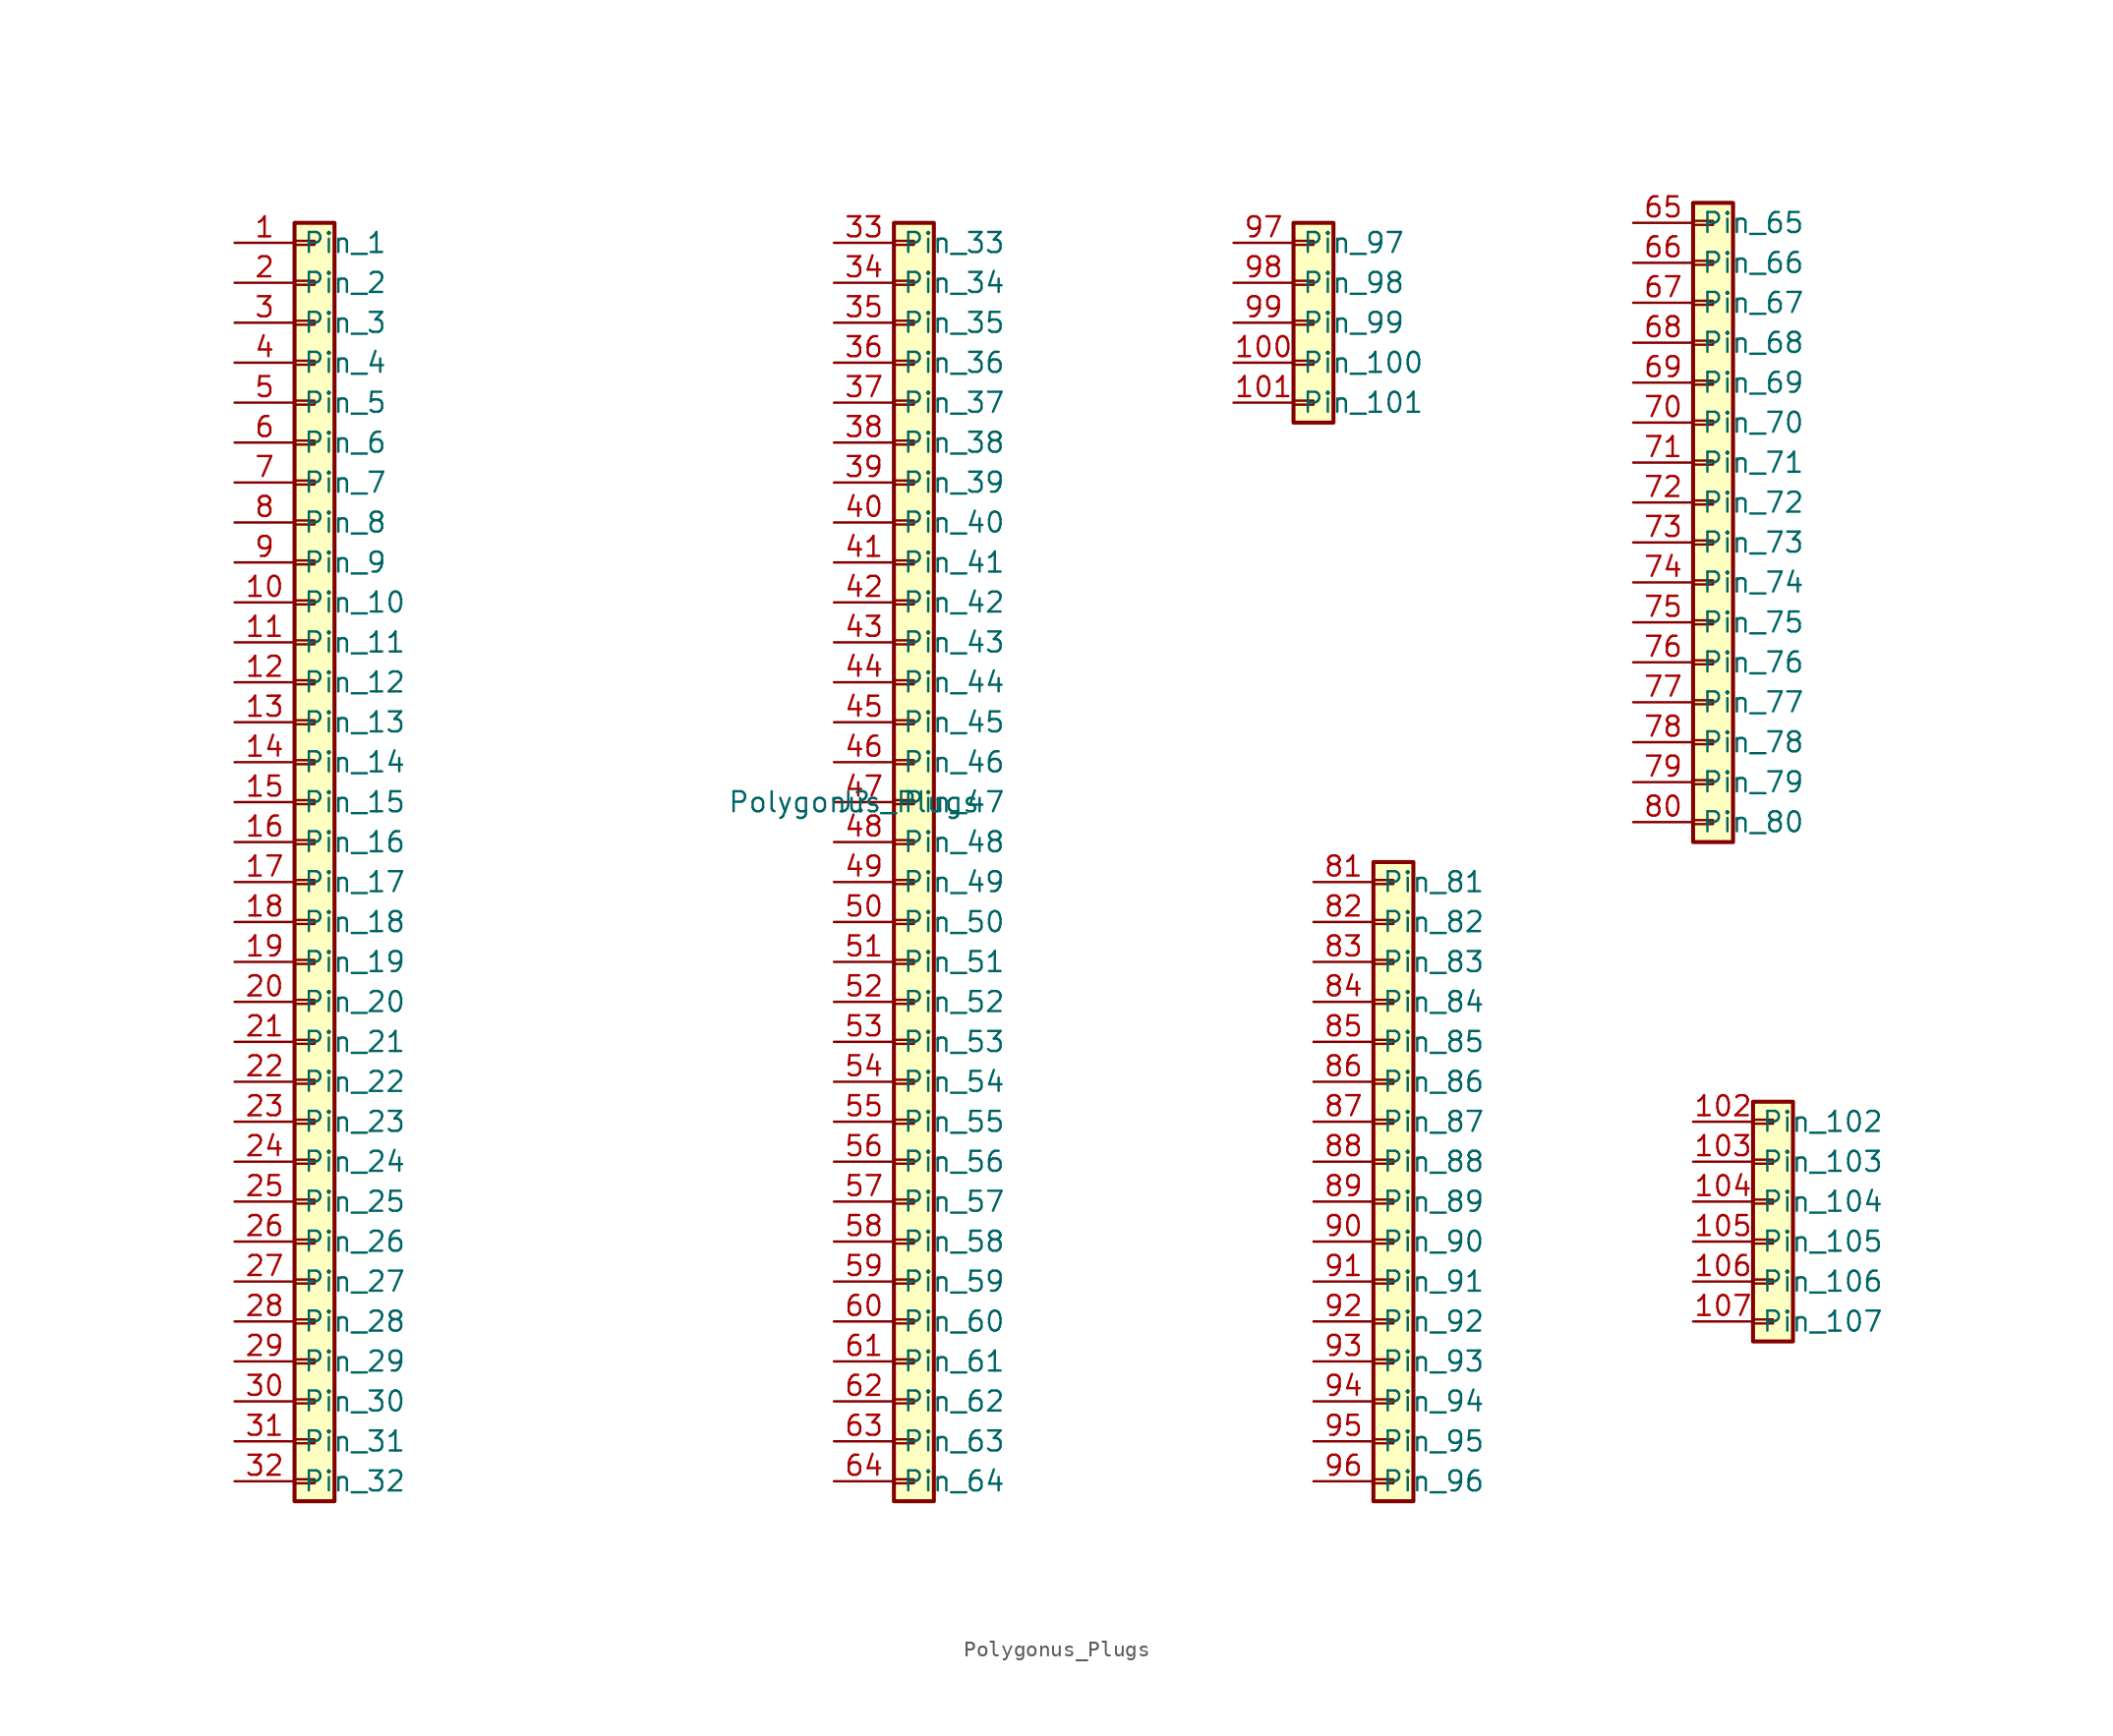
<source format=kicad_sym>
(kicad_symbol_lib
  (version 20211014)
  (generator kicad_symbol_editor)
  (symbol "Polygonus_Plugs"
    (property "Reference" "J"
      (at 0 0 0)
      (effects (font (size 1.27 1.27))))
    (property "Value" "Polygonus_Plugs"
      (at 0 0 0)
      (effects (font (size 1.27 1.27))))
    (symbol "Polygonus_Plugs_1_1"
      (rectangle (start -35.56 -43.053) (end -34.29 -43.307) (stroke (width 0.152) (type default) (color 0 0 0 0)) (fill (type none)))
      (rectangle (start -35.56 -40.513) (end -34.29 -40.767) (stroke (width 0.152) (type default) (color 0 0 0 0)) (fill (type none)))
      (rectangle (start -35.56 -37.973) (end -34.29 -38.227) (stroke (width 0.152) (type default) (color 0 0 0 0)) (fill (type none)))
      (rectangle (start -35.56 -35.433) (end -34.29 -35.687) (stroke (width 0.152) (type default) (color 0 0 0 0)) (fill (type none)))
      (rectangle (start -35.56 -32.893) (end -34.29 -33.147) (stroke (width 0.152) (type default) (color 0 0 0 0)) (fill (type none)))
      (rectangle (start -35.56 -30.353) (end -34.29 -30.607) (stroke (width 0.152) (type default) (color 0 0 0 0)) (fill (type none)))
      (rectangle (start -35.56 -27.813) (end -34.29 -28.067) (stroke (width 0.152) (type default) (color 0 0 0 0)) (fill (type none)))
      (rectangle (start -35.56 -25.273) (end -34.29 -25.527) (stroke (width 0.152) (type default) (color 0 0 0 0)) (fill (type none)))
      (rectangle (start -35.56 -22.733) (end -34.29 -22.987) (stroke (width 0.152) (type default) (color 0 0 0 0)) (fill (type none)))
      (rectangle (start -35.56 -20.193) (end -34.29 -20.447) (stroke (width 0.152) (type default) (color 0 0 0 0)) (fill (type none)))
      (rectangle (start -35.56 -17.653) (end -34.29 -17.907) (stroke (width 0.152) (type default) (color 0 0 0 0)) (fill (type none)))
      (rectangle (start -35.56 -15.113) (end -34.29 -15.367) (stroke (width 0.152) (type default) (color 0 0 0 0)) (fill (type none)))
      (rectangle (start -35.56 -12.573) (end -34.29 -12.827) (stroke (width 0.152) (type default) (color 0 0 0 0)) (fill (type none)))
      (rectangle (start -35.56 -10.033) (end -34.29 -10.287) (stroke (width 0.152) (type default) (color 0 0 0 0)) (fill (type none)))
      (rectangle (start -35.56 -7.493) (end -34.29 -7.747) (stroke (width 0.152) (type default) (color 0 0 0 0)) (fill (type none)))
      (rectangle (start -35.56 -4.953) (end -34.29 -5.207) (stroke (width 0.152) (type default) (color 0 0 0 0)) (fill (type none)))
      (rectangle (start -35.56 -2.413) (end -34.29 -2.667) (stroke (width 0.152) (type default) (color 0 0 0 0)) (fill (type none)))
      (rectangle (start -35.56 0.127) (end -34.29 -0.127) (stroke (width 0.152) (type default) (color 0 0 0 0)) (fill (type none)))
      (rectangle (start -35.56 2.667) (end -34.29 2.413) (stroke (width 0.152) (type default) (color 0 0 0 0)) (fill (type none)))
      (rectangle (start -35.56 5.207) (end -34.29 4.953) (stroke (width 0.152) (type default) (color 0 0 0 0)) (fill (type none)))
      (rectangle (start -35.56 7.747) (end -34.29 7.493) (stroke (width 0.152) (type default) (color 0 0 0 0)) (fill (type none)))
      (rectangle (start -35.56 10.287) (end -34.29 10.033) (stroke (width 0.152) (type default) (color 0 0 0 0)) (fill (type none)))
      (rectangle (start -35.56 12.827) (end -34.29 12.573) (stroke (width 0.152) (type default) (color 0 0 0 0)) (fill (type none)))
      (rectangle (start -35.56 15.367) (end -34.29 15.113) (stroke (width 0.152) (type default) (color 0 0 0 0)) (fill (type none)))
      (rectangle (start -35.56 17.907) (end -34.29 17.653) (stroke (width 0.152) (type default) (color 0 0 0 0)) (fill (type none)))
      (rectangle (start -35.56 20.447) (end -34.29 20.193) (stroke (width 0.152) (type default) (color 0 0 0 0)) (fill (type none)))
      (rectangle (start -35.56 22.987) (end -34.29 22.733) (stroke (width 0.152) (type default) (color 0 0 0 0)) (fill (type none)))
      (rectangle (start -35.56 25.527) (end -34.29 25.273) (stroke (width 0.152) (type default) (color 0 0 0 0)) (fill (type none)))
      (rectangle (start -35.56 28.067) (end -34.29 27.813) (stroke (width 0.152) (type default) (color 0 0 0 0)) (fill (type none)))
      (rectangle (start -35.56 30.607) (end -34.29 30.353) (stroke (width 0.152) (type default) (color 0 0 0 0)) (fill (type none)))
      (rectangle (start -35.56 33.147) (end -34.29 32.893) (stroke (width 0.152) (type default) (color 0 0 0 0)) (fill (type none)))
      (rectangle (start -35.56 35.687) (end -34.29 35.433) (stroke (width 0.152) (type default) (color 0 0 0 0)) (fill (type none)))
      (rectangle (start -35.56 36.83) (end -33.02 -44.45) (stroke (width 0.254) (type default) (color 0 0 0 0)) (fill (type background)))
      (rectangle (start 2.54 -43.053) (end 3.81 -43.307) (stroke (width 0.152) (type default) (color 0 0 0 0)) (fill (type none)))
      (rectangle (start 2.54 -40.513) (end 3.81 -40.767) (stroke (width 0.152) (type default) (color 0 0 0 0)) (fill (type none)))
      (rectangle (start 2.54 -37.973) (end 3.81 -38.227) (stroke (width 0.152) (type default) (color 0 0 0 0)) (fill (type none)))
      (rectangle (start 2.54 -35.433) (end 3.81 -35.687) (stroke (width 0.152) (type default) (color 0 0 0 0)) (fill (type none)))
      (rectangle (start 2.54 -32.893) (end 3.81 -33.147) (stroke (width 0.152) (type default) (color 0 0 0 0)) (fill (type none)))
      (rectangle (start 2.54 -30.353) (end 3.81 -30.607) (stroke (width 0.152) (type default) (color 0 0 0 0)) (fill (type none)))
      (rectangle (start 2.54 -27.813) (end 3.81 -28.067) (stroke (width 0.152) (type default) (color 0 0 0 0)) (fill (type none)))
      (rectangle (start 2.54 -25.273) (end 3.81 -25.527) (stroke (width 0.152) (type default) (color 0 0 0 0)) (fill (type none)))
      (rectangle (start 2.54 -22.733) (end 3.81 -22.987) (stroke (width 0.152) (type default) (color 0 0 0 0)) (fill (type none)))
      (rectangle (start 2.54 -20.193) (end 3.81 -20.447) (stroke (width 0.152) (type default) (color 0 0 0 0)) (fill (type none)))
      (rectangle (start 2.54 -17.653) (end 3.81 -17.907) (stroke (width 0.152) (type default) (color 0 0 0 0)) (fill (type none)))
      (rectangle (start 2.54 -15.113) (end 3.81 -15.367) (stroke (width 0.152) (type default) (color 0 0 0 0)) (fill (type none)))
      (rectangle (start 2.54 -12.573) (end 3.81 -12.827) (stroke (width 0.152) (type default) (color 0 0 0 0)) (fill (type none)))
      (rectangle (start 2.54 -10.033) (end 3.81 -10.287) (stroke (width 0.152) (type default) (color 0 0 0 0)) (fill (type none)))
      (rectangle (start 2.54 -7.493) (end 3.81 -7.747) (stroke (width 0.152) (type default) (color 0 0 0 0)) (fill (type none)))
      (rectangle (start 2.54 -4.953) (end 3.81 -5.207) (stroke (width 0.152) (type default) (color 0 0 0 0)) (fill (type none)))
      (rectangle (start 2.54 -2.413) (end 3.81 -2.667) (stroke (width 0.152) (type default) (color 0 0 0 0)) (fill (type none)))
      (rectangle (start 2.54 0.127) (end 3.81 -0.127) (stroke (width 0.152) (type default) (color 0 0 0 0)) (fill (type none)))
      (rectangle (start 2.54 2.667) (end 3.81 2.413) (stroke (width 0.152) (type default) (color 0 0 0 0)) (fill (type none)))
      (rectangle (start 2.54 5.207) (end 3.81 4.953) (stroke (width 0.152) (type default) (color 0 0 0 0)) (fill (type none)))
      (rectangle (start 2.54 7.747) (end 3.81 7.493) (stroke (width 0.152) (type default) (color 0 0 0 0)) (fill (type none)))
      (rectangle (start 2.54 10.287) (end 3.81 10.033) (stroke (width 0.152) (type default) (color 0 0 0 0)) (fill (type none)))
      (rectangle (start 2.54 12.827) (end 3.81 12.573) (stroke (width 0.152) (type default) (color 0 0 0 0)) (fill (type none)))
      (rectangle (start 2.54 15.367) (end 3.81 15.113) (stroke (width 0.152) (type default) (color 0 0 0 0)) (fill (type none)))
      (rectangle (start 2.54 17.907) (end 3.81 17.653) (stroke (width 0.152) (type default) (color 0 0 0 0)) (fill (type none)))
      (rectangle (start 2.54 20.447) (end 3.81 20.193) (stroke (width 0.152) (type default) (color 0 0 0 0)) (fill (type none)))
      (rectangle (start 2.54 22.987) (end 3.81 22.733) (stroke (width 0.152) (type default) (color 0 0 0 0)) (fill (type none)))
      (rectangle (start 2.54 25.527) (end 3.81 25.273) (stroke (width 0.152) (type default) (color 0 0 0 0)) (fill (type none)))
      (rectangle (start 2.54 28.067) (end 3.81 27.813) (stroke (width 0.152) (type default) (color 0 0 0 0)) (fill (type none)))
      (rectangle (start 2.54 30.607) (end 3.81 30.353) (stroke (width 0.152) (type default) (color 0 0 0 0)) (fill (type none)))
      (rectangle (start 2.54 33.147) (end 3.81 32.893) (stroke (width 0.152) (type default) (color 0 0 0 0)) (fill (type none)))
      (rectangle (start 2.54 35.687) (end 3.81 35.433) (stroke (width 0.152) (type default) (color 0 0 0 0)) (fill (type none)))
      (rectangle (start 2.54 36.83) (end 5.08 -44.45) (stroke (width 0.254) (type default) (color 0 0 0 0)) (fill (type background)))
      (rectangle (start 27.94 25.527) (end 29.21 25.273) (stroke (width 0.152) (type default) (color 0 0 0 0)) (fill (type none)))
      (rectangle (start 27.94 28.067) (end 29.21 27.813) (stroke (width 0.152) (type default) (color 0 0 0 0)) (fill (type none)))
      (rectangle (start 27.94 30.607) (end 29.21 30.353) (stroke (width 0.152) (type default) (color 0 0 0 0)) (fill (type none)))
      (rectangle (start 27.94 33.147) (end 29.21 32.893) (stroke (width 0.152) (type default) (color 0 0 0 0)) (fill (type none)))
      (rectangle (start 27.94 35.687) (end 29.21 35.433) (stroke (width 0.152) (type default) (color 0 0 0 0)) (fill (type none)))
      (rectangle (start 27.94 36.83) (end 30.48 24.13) (stroke (width 0.254) (type default) (color 0 0 0 0)) (fill (type background)))
      (rectangle (start 33.02 -43.053) (end 34.29 -43.307) (stroke (width 0.152) (type default) (color 0 0 0 0)) (fill (type none)))
      (rectangle (start 33.02 -40.513) (end 34.29 -40.767) (stroke (width 0.152) (type default) (color 0 0 0 0)) (fill (type none)))
      (rectangle (start 33.02 -37.973) (end 34.29 -38.227) (stroke (width 0.152) (type default) (color 0 0 0 0)) (fill (type none)))
      (rectangle (start 33.02 -35.433) (end 34.29 -35.687) (stroke (width 0.152) (type default) (color 0 0 0 0)) (fill (type none)))
      (rectangle (start 33.02 -32.893) (end 34.29 -33.147) (stroke (width 0.152) (type default) (color 0 0 0 0)) (fill (type none)))
      (rectangle (start 33.02 -30.353) (end 34.29 -30.607) (stroke (width 0.152) (type default) (color 0 0 0 0)) (fill (type none)))
      (rectangle (start 33.02 -27.813) (end 34.29 -28.067) (stroke (width 0.152) (type default) (color 0 0 0 0)) (fill (type none)))
      (rectangle (start 33.02 -25.273) (end 34.29 -25.527) (stroke (width 0.152) (type default) (color 0 0 0 0)) (fill (type none)))
      (rectangle (start 33.02 -22.733) (end 34.29 -22.987) (stroke (width 0.152) (type default) (color 0 0 0 0)) (fill (type none)))
      (rectangle (start 33.02 -20.193) (end 34.29 -20.447) (stroke (width 0.152) (type default) (color 0 0 0 0)) (fill (type none)))
      (rectangle (start 33.02 -17.653) (end 34.29 -17.907) (stroke (width 0.152) (type default) (color 0 0 0 0)) (fill (type none)))
      (rectangle (start 33.02 -15.113) (end 34.29 -15.367) (stroke (width 0.152) (type default) (color 0 0 0 0)) (fill (type none)))
      (rectangle (start 33.02 -12.573) (end 34.29 -12.827) (stroke (width 0.152) (type default) (color 0 0 0 0)) (fill (type none)))
      (rectangle (start 33.02 -10.033) (end 34.29 -10.287) (stroke (width 0.152) (type default) (color 0 0 0 0)) (fill (type none)))
      (rectangle (start 33.02 -7.493) (end 34.29 -7.747) (stroke (width 0.152) (type default) (color 0 0 0 0)) (fill (type none)))
      (rectangle (start 33.02 -4.953) (end 34.29 -5.207) (stroke (width 0.152) (type default) (color 0 0 0 0)) (fill (type none)))
      (rectangle (start 33.02 -3.81) (end 35.56 -44.45) (stroke (width 0.254) (type default) (color 0 0 0 0)) (fill (type background)))
      (rectangle (start 53.34 -1.143) (end 54.61 -1.397) (stroke (width 0.152) (type default) (color 0 0 0 0)) (fill (type none)))
      (rectangle (start 53.34 1.397) (end 54.61 1.143) (stroke (width 0.152) (type default) (color 0 0 0 0)) (fill (type none)))
      (rectangle (start 53.34 3.937) (end 54.61 3.683) (stroke (width 0.152) (type default) (color 0 0 0 0)) (fill (type none)))
      (rectangle (start 53.34 6.477) (end 54.61 6.223) (stroke (width 0.152) (type default) (color 0 0 0 0)) (fill (type none)))
      (rectangle (start 53.34 9.017) (end 54.61 8.763) (stroke (width 0.152) (type default) (color 0 0 0 0)) (fill (type none)))
      (rectangle (start 53.34 11.557) (end 54.61 11.303) (stroke (width 0.152) (type default) (color 0 0 0 0)) (fill (type none)))
      (rectangle (start 53.34 14.097) (end 54.61 13.843) (stroke (width 0.152) (type default) (color 0 0 0 0)) (fill (type none)))
      (rectangle (start 53.34 16.637) (end 54.61 16.383) (stroke (width 0.152) (type default) (color 0 0 0 0)) (fill (type none)))
      (rectangle (start 53.34 19.177) (end 54.61 18.923) (stroke (width 0.152) (type default) (color 0 0 0 0)) (fill (type none)))
      (rectangle (start 53.34 21.717) (end 54.61 21.463) (stroke (width 0.152) (type default) (color 0 0 0 0)) (fill (type none)))
      (rectangle (start 53.34 24.257) (end 54.61 24.003) (stroke (width 0.152) (type default) (color 0 0 0 0)) (fill (type none)))
      (rectangle (start 53.34 26.797) (end 54.61 26.543) (stroke (width 0.152) (type default) (color 0 0 0 0)) (fill (type none)))
      (rectangle (start 53.34 29.337) (end 54.61 29.083) (stroke (width 0.152) (type default) (color 0 0 0 0)) (fill (type none)))
      (rectangle (start 53.34 31.877) (end 54.61 31.623) (stroke (width 0.152) (type default) (color 0 0 0 0)) (fill (type none)))
      (rectangle (start 53.34 34.417) (end 54.61 34.163) (stroke (width 0.152) (type default) (color 0 0 0 0)) (fill (type none)))
      (rectangle (start 53.34 36.957) (end 54.61 36.703) (stroke (width 0.152) (type default) (color 0 0 0 0)) (fill (type none)))
      (rectangle (start 53.34 38.1) (end 55.88 -2.54) (stroke (width 0.254) (type default) (color 0 0 0 0)) (fill (type background)))
      (rectangle (start 57.15 -32.893) (end 58.42 -33.147) (stroke (width 0.152) (type default) (color 0 0 0 0)) (fill (type none)))
      (rectangle (start 57.15 -30.353) (end 58.42 -30.607) (stroke (width 0.152) (type default) (color 0 0 0 0)) (fill (type none)))
      (rectangle (start 57.15 -27.813) (end 58.42 -28.067) (stroke (width 0.152) (type default) (color 0 0 0 0)) (fill (type none)))
      (rectangle (start 57.15 -25.273) (end 58.42 -25.527) (stroke (width 0.152) (type default) (color 0 0 0 0)) (fill (type none)))
      (rectangle (start 57.15 -22.733) (end 58.42 -22.987) (stroke (width 0.152) (type default) (color 0 0 0 0)) (fill (type none)))
      (rectangle (start 57.15 -20.193) (end 58.42 -20.447) (stroke (width 0.152) (type default) (color 0 0 0 0)) (fill (type none)))
      (rectangle (start 57.15 -19.05) (end 59.69 -34.29) (stroke (width 0.254) (type default) (color 0 0 0 0)) (fill (type background)))
      (pin passive line (at -39.37 35.56 0) (length 3.81) (name "Pin_1" (effects (font (size 1.27 1.27)))) (number "1" (effects (font (size 1.27 1.27)))))
      (pin passive line (at -39.37 12.7 0) (length 3.81) (name "Pin_10" (effects (font (size 1.27 1.27)))) (number "10" (effects (font (size 1.27 1.27)))))
      (pin passive line (at 24.13 27.94 0) (length 3.81) (name "Pin_100" (effects (font (size 1.27 1.27)))) (number "100" (effects (font (size 1.27 1.27)))))
      (pin passive line (at 24.13 25.4 0) (length 3.81) (name "Pin_101" (effects (font (size 1.27 1.27)))) (number "101" (effects (font (size 1.27 1.27)))))
      (pin passive line (at 53.34 -20.32 0) (length 3.81) (name "Pin_102" (effects (font (size 1.27 1.27)))) (number "102" (effects (font (size 1.27 1.27)))))
      (pin passive line (at 53.34 -22.86 0) (length 3.81) (name "Pin_103" (effects (font (size 1.27 1.27)))) (number "103" (effects (font (size 1.27 1.27)))))
      (pin passive line (at 53.34 -25.4 0) (length 3.81) (name "Pin_104" (effects (font (size 1.27 1.27)))) (number "104" (effects (font (size 1.27 1.27)))))
      (pin passive line (at 53.34 -27.94 0) (length 3.81) (name "Pin_105" (effects (font (size 1.27 1.27)))) (number "105" (effects (font (size 1.27 1.27)))))
      (pin passive line (at 53.34 -30.48 0) (length 3.81) (name "Pin_106" (effects (font (size 1.27 1.27)))) (number "106" (effects (font (size 1.27 1.27)))))
      (pin passive line (at 53.34 -33.02 0) (length 3.81) (name "Pin_107" (effects (font (size 1.27 1.27)))) (number "107" (effects (font (size 1.27 1.27)))))
      (pin passive line (at -39.37 10.16 0) (length 3.81) (name "Pin_11" (effects (font (size 1.27 1.27)))) (number "11" (effects (font (size 1.27 1.27)))))
      (pin passive line (at -39.37 7.62 0) (length 3.81) (name "Pin_12" (effects (font (size 1.27 1.27)))) (number "12" (effects (font (size 1.27 1.27)))))
      (pin passive line (at -39.37 5.08 0) (length 3.81) (name "Pin_13" (effects (font (size 1.27 1.27)))) (number "13" (effects (font (size 1.27 1.27)))))
      (pin passive line (at -39.37 2.54 0) (length 3.81) (name "Pin_14" (effects (font (size 1.27 1.27)))) (number "14" (effects (font (size 1.27 1.27)))))
      (pin passive line (at -39.37 0 0) (length 3.81) (name "Pin_15" (effects (font (size 1.27 1.27)))) (number "15" (effects (font (size 1.27 1.27)))))
      (pin passive line (at -39.37 -2.54 0) (length 3.81) (name "Pin_16" (effects (font (size 1.27 1.27)))) (number "16" (effects (font (size 1.27 1.27)))))
      (pin passive line (at -39.37 -5.08 0) (length 3.81) (name "Pin_17" (effects (font (size 1.27 1.27)))) (number "17" (effects (font (size 1.27 1.27)))))
      (pin passive line (at -39.37 -7.62 0) (length 3.81) (name "Pin_18" (effects (font (size 1.27 1.27)))) (number "18" (effects (font (size 1.27 1.27)))))
      (pin passive line (at -39.37 -10.16 0) (length 3.81) (name "Pin_19" (effects (font (size 1.27 1.27)))) (number "19" (effects (font (size 1.27 1.27)))))
      (pin passive line (at -39.37 33.02 0) (length 3.81) (name "Pin_2" (effects (font (size 1.27 1.27)))) (number "2" (effects (font (size 1.27 1.27)))))
      (pin passive line (at -39.37 -12.7 0) (length 3.81) (name "Pin_20" (effects (font (size 1.27 1.27)))) (number "20" (effects (font (size 1.27 1.27)))))
      (pin passive line (at -39.37 -15.24 0) (length 3.81) (name "Pin_21" (effects (font (size 1.27 1.27)))) (number "21" (effects (font (size 1.27 1.27)))))
      (pin passive line (at -39.37 -17.78 0) (length 3.81) (name "Pin_22" (effects (font (size 1.27 1.27)))) (number "22" (effects (font (size 1.27 1.27)))))
      (pin passive line (at -39.37 -20.32 0) (length 3.81) (name "Pin_23" (effects (font (size 1.27 1.27)))) (number "23" (effects (font (size 1.27 1.27)))))
      (pin passive line (at -39.37 -22.86 0) (length 3.81) (name "Pin_24" (effects (font (size 1.27 1.27)))) (number "24" (effects (font (size 1.27 1.27)))))
      (pin passive line (at -39.37 -25.4 0) (length 3.81) (name "Pin_25" (effects (font (size 1.27 1.27)))) (number "25" (effects (font (size 1.27 1.27)))))
      (pin passive line (at -39.37 -27.94 0) (length 3.81) (name "Pin_26" (effects (font (size 1.27 1.27)))) (number "26" (effects (font (size 1.27 1.27)))))
      (pin passive line (at -39.37 -30.48 0) (length 3.81) (name "Pin_27" (effects (font (size 1.27 1.27)))) (number "27" (effects (font (size 1.27 1.27)))))
      (pin passive line (at -39.37 -33.02 0) (length 3.81) (name "Pin_28" (effects (font (size 1.27 1.27)))) (number "28" (effects (font (size 1.27 1.27)))))
      (pin passive line (at -39.37 -35.56 0) (length 3.81) (name "Pin_29" (effects (font (size 1.27 1.27)))) (number "29" (effects (font (size 1.27 1.27)))))
      (pin passive line (at -39.37 30.48 0) (length 3.81) (name "Pin_3" (effects (font (size 1.27 1.27)))) (number "3" (effects (font (size 1.27 1.27)))))
      (pin passive line (at -39.37 -38.1 0) (length 3.81) (name "Pin_30" (effects (font (size 1.27 1.27)))) (number "30" (effects (font (size 1.27 1.27)))))
      (pin passive line (at -39.37 -40.64 0) (length 3.81) (name "Pin_31" (effects (font (size 1.27 1.27)))) (number "31" (effects (font (size 1.27 1.27)))))
      (pin passive line (at -39.37 -43.18 0) (length 3.81) (name "Pin_32" (effects (font (size 1.27 1.27)))) (number "32" (effects (font (size 1.27 1.27)))))
      (pin passive line (at -1.27 35.56 0) (length 3.81) (name "Pin_33" (effects (font (size 1.27 1.27)))) (number "33" (effects (font (size 1.27 1.27)))))
      (pin passive line (at -1.27 33.02 0) (length 3.81) (name "Pin_34" (effects (font (size 1.27 1.27)))) (number "34" (effects (font (size 1.27 1.27)))))
      (pin passive line (at -1.27 30.48 0) (length 3.81) (name "Pin_35" (effects (font (size 1.27 1.27)))) (number "35" (effects (font (size 1.27 1.27)))))
      (pin passive line (at -1.27 27.94 0) (length 3.81) (name "Pin_36" (effects (font (size 1.27 1.27)))) (number "36" (effects (font (size 1.27 1.27)))))
      (pin passive line (at -1.27 25.4 0) (length 3.81) (name "Pin_37" (effects (font (size 1.27 1.27)))) (number "37" (effects (font (size 1.27 1.27)))))
      (pin passive line (at -1.27 22.86 0) (length 3.81) (name "Pin_38" (effects (font (size 1.27 1.27)))) (number "38" (effects (font (size 1.27 1.27)))))
      (pin passive line (at -1.27 20.32 0) (length 3.81) (name "Pin_39" (effects (font (size 1.27 1.27)))) (number "39" (effects (font (size 1.27 1.27)))))
      (pin passive line (at -39.37 27.94 0) (length 3.81) (name "Pin_4" (effects (font (size 1.27 1.27)))) (number "4" (effects (font (size 1.27 1.27)))))
      (pin passive line (at -1.27 17.78 0) (length 3.81) (name "Pin_40" (effects (font (size 1.27 1.27)))) (number "40" (effects (font (size 1.27 1.27)))))
      (pin passive line (at -1.27 15.24 0) (length 3.81) (name "Pin_41" (effects (font (size 1.27 1.27)))) (number "41" (effects (font (size 1.27 1.27)))))
      (pin passive line (at -1.27 12.7 0) (length 3.81) (name "Pin_42" (effects (font (size 1.27 1.27)))) (number "42" (effects (font (size 1.27 1.27)))))
      (pin passive line (at -1.27 10.16 0) (length 3.81) (name "Pin_43" (effects (font (size 1.27 1.27)))) (number "43" (effects (font (size 1.27 1.27)))))
      (pin passive line (at -1.27 7.62 0) (length 3.81) (name "Pin_44" (effects (font (size 1.27 1.27)))) (number "44" (effects (font (size 1.27 1.27)))))
      (pin passive line (at -1.27 5.08 0) (length 3.81) (name "Pin_45" (effects (font (size 1.27 1.27)))) (number "45" (effects (font (size 1.27 1.27)))))
      (pin passive line (at -1.27 2.54 0) (length 3.81) (name "Pin_46" (effects (font (size 1.27 1.27)))) (number "46" (effects (font (size 1.27 1.27)))))
      (pin passive line (at -1.27 0 0) (length 3.81) (name "Pin_47" (effects (font (size 1.27 1.27)))) (number "47" (effects (font (size 1.27 1.27)))))
      (pin passive line (at -1.27 -2.54 0) (length 3.81) (name "Pin_48" (effects (font (size 1.27 1.27)))) (number "48" (effects (font (size 1.27 1.27)))))
      (pin passive line (at -1.27 -5.08 0) (length 3.81) (name "Pin_49" (effects (font (size 1.27 1.27)))) (number "49" (effects (font (size 1.27 1.27)))))
      (pin passive line (at -39.37 25.4 0) (length 3.81) (name "Pin_5" (effects (font (size 1.27 1.27)))) (number "5" (effects (font (size 1.27 1.27)))))
      (pin passive line (at -1.27 -7.62 0) (length 3.81) (name "Pin_50" (effects (font (size 1.27 1.27)))) (number "50" (effects (font (size 1.27 1.27)))))
      (pin passive line (at -1.27 -10.16 0) (length 3.81) (name "Pin_51" (effects (font (size 1.27 1.27)))) (number "51" (effects (font (size 1.27 1.27)))))
      (pin passive line (at -1.27 -12.7 0) (length 3.81) (name "Pin_52" (effects (font (size 1.27 1.27)))) (number "52" (effects (font (size 1.27 1.27)))))
      (pin passive line (at -1.27 -15.24 0) (length 3.81) (name "Pin_53" (effects (font (size 1.27 1.27)))) (number "53" (effects (font (size 1.27 1.27)))))
      (pin passive line (at -1.27 -17.78 0) (length 3.81) (name "Pin_54" (effects (font (size 1.27 1.27)))) (number "54" (effects (font (size 1.27 1.27)))))
      (pin passive line (at -1.27 -20.32 0) (length 3.81) (name "Pin_55" (effects (font (size 1.27 1.27)))) (number "55" (effects (font (size 1.27 1.27)))))
      (pin passive line (at -1.27 -22.86 0) (length 3.81) (name "Pin_56" (effects (font (size 1.27 1.27)))) (number "56" (effects (font (size 1.27 1.27)))))
      (pin passive line (at -1.27 -25.4 0) (length 3.81) (name "Pin_57" (effects (font (size 1.27 1.27)))) (number "57" (effects (font (size 1.27 1.27)))))
      (pin passive line (at -1.27 -27.94 0) (length 3.81) (name "Pin_58" (effects (font (size 1.27 1.27)))) (number "58" (effects (font (size 1.27 1.27)))))
      (pin passive line (at -1.27 -30.48 0) (length 3.81) (name "Pin_59" (effects (font (size 1.27 1.27)))) (number "59" (effects (font (size 1.27 1.27)))))
      (pin passive line (at -39.37 22.86 0) (length 3.81) (name "Pin_6" (effects (font (size 1.27 1.27)))) (number "6" (effects (font (size 1.27 1.27)))))
      (pin passive line (at -1.27 -33.02 0) (length 3.81) (name "Pin_60" (effects (font (size 1.27 1.27)))) (number "60" (effects (font (size 1.27 1.27)))))
      (pin passive line (at -1.27 -35.56 0) (length 3.81) (name "Pin_61" (effects (font (size 1.27 1.27)))) (number "61" (effects (font (size 1.27 1.27)))))
      (pin passive line (at -1.27 -38.1 0) (length 3.81) (name "Pin_62" (effects (font (size 1.27 1.27)))) (number "62" (effects (font (size 1.27 1.27)))))
      (pin passive line (at -1.27 -40.64 0) (length 3.81) (name "Pin_63" (effects (font (size 1.27 1.27)))) (number "63" (effects (font (size 1.27 1.27)))))
      (pin passive line (at -1.27 -43.18 0) (length 3.81) (name "Pin_64" (effects (font (size 1.27 1.27)))) (number "64" (effects (font (size 1.27 1.27)))))
      (pin passive line (at 49.53 36.83 0) (length 3.81) (name "Pin_65" (effects (font (size 1.27 1.27)))) (number "65" (effects (font (size 1.27 1.27)))))
      (pin passive line (at 49.53 34.29 0) (length 3.81) (name "Pin_66" (effects (font (size 1.27 1.27)))) (number "66" (effects (font (size 1.27 1.27)))))
      (pin passive line (at 49.53 31.75 0) (length 3.81) (name "Pin_67" (effects (font (size 1.27 1.27)))) (number "67" (effects (font (size 1.27 1.27)))))
      (pin passive line (at 49.53 29.21 0) (length 3.81) (name "Pin_68" (effects (font (size 1.27 1.27)))) (number "68" (effects (font (size 1.27 1.27)))))
      (pin passive line (at 49.53 26.67 0) (length 3.81) (name "Pin_69" (effects (font (size 1.27 1.27)))) (number "69" (effects (font (size 1.27 1.27)))))
      (pin passive line (at -39.37 20.32 0) (length 3.81) (name "Pin_7" (effects (font (size 1.27 1.27)))) (number "7" (effects (font (size 1.27 1.27)))))
      (pin passive line (at 49.53 24.13 0) (length 3.81) (name "Pin_70" (effects (font (size 1.27 1.27)))) (number "70" (effects (font (size 1.27 1.27)))))
      (pin passive line (at 49.53 21.59 0) (length 3.81) (name "Pin_71" (effects (font (size 1.27 1.27)))) (number "71" (effects (font (size 1.27 1.27)))))
      (pin passive line (at 49.53 19.05 0) (length 3.81) (name "Pin_72" (effects (font (size 1.27 1.27)))) (number "72" (effects (font (size 1.27 1.27)))))
      (pin passive line (at 49.53 16.51 0) (length 3.81) (name "Pin_73" (effects (font (size 1.27 1.27)))) (number "73" (effects (font (size 1.27 1.27)))))
      (pin passive line (at 49.53 13.97 0) (length 3.81) (name "Pin_74" (effects (font (size 1.27 1.27)))) (number "74" (effects (font (size 1.27 1.27)))))
      (pin passive line (at 49.53 11.43 0) (length 3.81) (name "Pin_75" (effects (font (size 1.27 1.27)))) (number "75" (effects (font (size 1.27 1.27)))))
      (pin passive line (at 49.53 8.89 0) (length 3.81) (name "Pin_76" (effects (font (size 1.27 1.27)))) (number "76" (effects (font (size 1.27 1.27)))))
      (pin passive line (at 49.53 6.35 0) (length 3.81) (name "Pin_77" (effects (font (size 1.27 1.27)))) (number "77" (effects (font (size 1.27 1.27)))))
      (pin passive line (at 49.53 3.81 0) (length 3.81) (name "Pin_78" (effects (font (size 1.27 1.27)))) (number "78" (effects (font (size 1.27 1.27)))))
      (pin passive line (at 49.53 1.27 0) (length 3.81) (name "Pin_79" (effects (font (size 1.27 1.27)))) (number "79" (effects (font (size 1.27 1.27)))))
      (pin passive line (at -39.37 17.78 0) (length 3.81) (name "Pin_8" (effects (font (size 1.27 1.27)))) (number "8" (effects (font (size 1.27 1.27)))))
      (pin passive line (at 49.53 -1.27 0) (length 3.81) (name "Pin_80" (effects (font (size 1.27 1.27)))) (number "80" (effects (font (size 1.27 1.27)))))
      (pin passive line (at 29.21 -5.08 0) (length 3.81) (name "Pin_81" (effects (font (size 1.27 1.27)))) (number "81" (effects (font (size 1.27 1.27)))))
      (pin passive line (at 29.21 -7.62 0) (length 3.81) (name "Pin_82" (effects (font (size 1.27 1.27)))) (number "82" (effects (font (size 1.27 1.27)))))
      (pin passive line (at 29.21 -10.16 0) (length 3.81) (name "Pin_83" (effects (font (size 1.27 1.27)))) (number "83" (effects (font (size 1.27 1.27)))))
      (pin passive line (at 29.21 -12.7 0) (length 3.81) (name "Pin_84" (effects (font (size 1.27 1.27)))) (number "84" (effects (font (size 1.27 1.27)))))
      (pin passive line (at 29.21 -15.24 0) (length 3.81) (name "Pin_85" (effects (font (size 1.27 1.27)))) (number "85" (effects (font (size 1.27 1.27)))))
      (pin passive line (at 29.21 -17.78 0) (length 3.81) (name "Pin_86" (effects (font (size 1.27 1.27)))) (number "86" (effects (font (size 1.27 1.27)))))
      (pin passive line (at 29.21 -20.32 0) (length 3.81) (name "Pin_87" (effects (font (size 1.27 1.27)))) (number "87" (effects (font (size 1.27 1.27)))))
      (pin passive line (at 29.21 -22.86 0) (length 3.81) (name "Pin_88" (effects (font (size 1.27 1.27)))) (number "88" (effects (font (size 1.27 1.27)))))
      (pin passive line (at 29.21 -25.4 0) (length 3.81) (name "Pin_89" (effects (font (size 1.27 1.27)))) (number "89" (effects (font (size 1.27 1.27)))))
      (pin passive line (at -39.37 15.24 0) (length 3.81) (name "Pin_9" (effects (font (size 1.27 1.27)))) (number "9" (effects (font (size 1.27 1.27)))))
      (pin passive line (at 29.21 -27.94 0) (length 3.81) (name "Pin_90" (effects (font (size 1.27 1.27)))) (number "90" (effects (font (size 1.27 1.27)))))
      (pin passive line (at 29.21 -30.48 0) (length 3.81) (name "Pin_91" (effects (font (size 1.27 1.27)))) (number "91" (effects (font (size 1.27 1.27)))))
      (pin passive line (at 29.21 -33.02 0) (length 3.81) (name "Pin_92" (effects (font (size 1.27 1.27)))) (number "92" (effects (font (size 1.27 1.27)))))
      (pin passive line (at 29.21 -35.56 0) (length 3.81) (name "Pin_93" (effects (font (size 1.27 1.27)))) (number "93" (effects (font (size 1.27 1.27)))))
      (pin passive line (at 29.21 -38.1 0) (length 3.81) (name "Pin_94" (effects (font (size 1.27 1.27)))) (number "94" (effects (font (size 1.27 1.27)))))
      (pin passive line (at 29.21 -40.64 0) (length 3.81) (name "Pin_95" (effects (font (size 1.27 1.27)))) (number "95" (effects (font (size 1.27 1.27)))))
      (pin passive line (at 29.21 -43.18 0) (length 3.81) (name "Pin_96" (effects (font (size 1.27 1.27)))) (number "96" (effects (font (size 1.27 1.27)))))
      (pin passive line (at 24.13 35.56 0) (length 3.81) (name "Pin_97" (effects (font (size 1.27 1.27)))) (number "97" (effects (font (size 1.27 1.27)))))
      (pin passive line (at 24.13 33.02 0) (length 3.81) (name "Pin_98" (effects (font (size 1.27 1.27)))) (number "98" (effects (font (size 1.27 1.27)))))
      (pin passive line (at 24.13 30.48 0) (length 3.81) (name "Pin_99" (effects (font (size 1.27 1.27)))) (number "99" (effects (font (size 1.27 1.27))))))))
</source>
